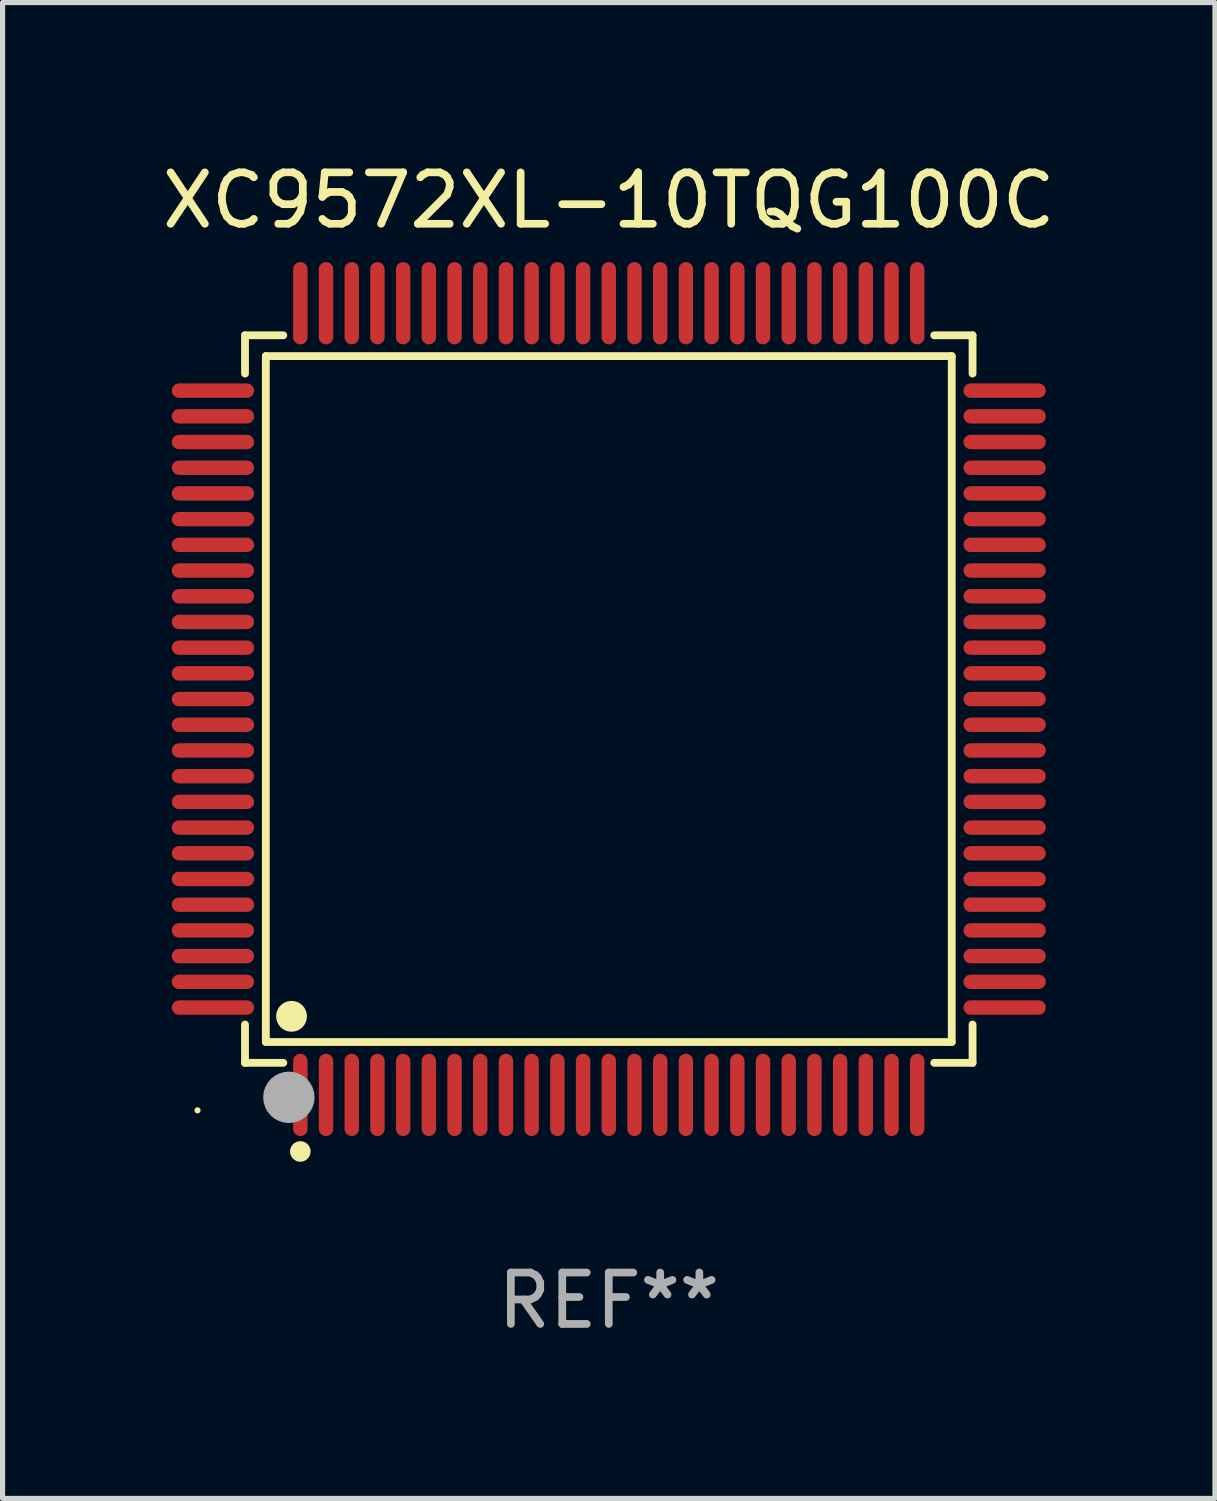
<source format=kicad_pcb>
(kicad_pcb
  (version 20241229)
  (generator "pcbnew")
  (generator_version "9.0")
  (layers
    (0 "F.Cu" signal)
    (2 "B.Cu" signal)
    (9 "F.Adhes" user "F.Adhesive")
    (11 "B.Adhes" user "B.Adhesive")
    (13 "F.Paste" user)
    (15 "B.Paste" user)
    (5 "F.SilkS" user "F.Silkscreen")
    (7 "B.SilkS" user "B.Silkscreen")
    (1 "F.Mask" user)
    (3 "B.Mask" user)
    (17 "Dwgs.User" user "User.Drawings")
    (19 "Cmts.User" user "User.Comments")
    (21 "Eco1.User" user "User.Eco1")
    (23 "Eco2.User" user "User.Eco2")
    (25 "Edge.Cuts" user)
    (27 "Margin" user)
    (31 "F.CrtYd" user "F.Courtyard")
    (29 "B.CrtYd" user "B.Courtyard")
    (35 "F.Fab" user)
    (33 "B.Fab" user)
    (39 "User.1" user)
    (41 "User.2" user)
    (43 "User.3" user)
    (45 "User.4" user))
  (footprint "XC9572XL-10TQG100C"
    (layer "F.Cu")
    (at 8.792 10.548)
    (property "Reference" "XC9572XL-10TQG100C" (at 0 -9.7 0) (layer "F.SilkS") (effects (font (size 1 1) (thickness 0.15))))
    (attr through_hole)
    (fp_line (start -7.076 -7.076) (end -6.331 -7.076) (stroke (width 0.152) (type solid)) (layer "F.SilkS"))
    (fp_line (start -7.076 -6.331) (end -7.076 -7.076) (stroke (width 0.152) (type solid)) (layer "F.SilkS"))
    (fp_line (start -7.076 6.331) (end -7.076 7.076) (stroke (width 0.152) (type solid)) (layer "F.SilkS"))
    (fp_line (start -7.076 7.076) (end -6.331 7.076) (stroke (width 0.152) (type solid)) (layer "F.SilkS"))
    (fp_line (start -6.671 -6.671) (end 6.671 -6.671) (stroke (width 0.152) (type solid)) (layer "F.SilkS"))
    (fp_line (start -6.671 6.671) (end -6.671 -6.671) (stroke (width 0.152) (type solid)) (layer "F.SilkS"))
    (fp_line (start 6.671 -6.671) (end 6.671 6.671) (stroke (width 0.152) (type solid)) (layer "F.SilkS"))
    (fp_line (start 6.671 6.671) (end -6.671 6.671) (stroke (width 0.152) (type solid)) (layer "F.SilkS"))
    (fp_line (start 7.076 -7.076) (end 6.331 -7.076) (stroke (width 0.152) (type solid)) (layer "F.SilkS"))
    (fp_line (start 7.076 -6.331) (end 7.076 -7.076) (stroke (width 0.152) (type solid)) (layer "F.SilkS"))
    (fp_line (start 7.076 6.331) (end 7.076 7.076) (stroke (width 0.152) (type solid)) (layer "F.SilkS"))
    (fp_line (start 7.076 7.076) (end 6.331 7.076) (stroke (width 0.152) (type solid)) (layer "F.SilkS"))
    (fp_circle (center -8 8) (end -7.97 8) (stroke (width 0.06) (type solid)) (fill no) (layer "F.SilkS"))
    (fp_circle (center -6.171 6.171) (end -6.021 6.171) (stroke (width 0.3) (type solid)) (fill no) (layer "F.SilkS"))
    (fp_circle (center -6 8.8) (end -5.9 8.8) (stroke (width 0.2) (type solid)) (fill no) (layer "F.SilkS"))
    (fp_circle (center -6.223 7.747) (end -5.973 7.747) (stroke (width 0.5) (type solid)) (fill no) (layer "F.Fab"))
    (fp_text user "REF**" (at 0 11.7 0) (layer "F.Fab") (effects (font (size 1 1) (thickness 0.15))))
    (pad "1" smd oval (at -6 7.7) (size 0.28 1.6) (layers "F.Cu" "F.Mask" "F.Paste"))
    (pad "2" smd oval (at -5.5 7.7) (size 0.28 1.6) (layers "F.Cu" "F.Mask" "F.Paste"))
    (pad "3" smd oval (at -5 7.7) (size 0.28 1.6) (layers "F.Cu" "F.Mask" "F.Paste"))
    (pad "4" smd oval (at -4.5 7.7) (size 0.28 1.6) (layers "F.Cu" "F.Mask" "F.Paste"))
    (pad "5" smd oval (at -4 7.7) (size 0.28 1.6) (layers "F.Cu" "F.Mask" "F.Paste"))
    (pad "6" smd oval (at -3.5 7.7) (size 0.28 1.6) (layers "F.Cu" "F.Mask" "F.Paste"))
    (pad "7" smd oval (at -3 7.7) (size 0.28 1.6) (layers "F.Cu" "F.Mask" "F.Paste"))
    (pad "8" smd oval (at -2.5 7.7) (size 0.28 1.6) (layers "F.Cu" "F.Mask" "F.Paste"))
    (pad "9" smd oval (at -2 7.7) (size 0.28 1.6) (layers "F.Cu" "F.Mask" "F.Paste"))
    (pad "10" smd oval (at -1.5 7.7) (size 0.28 1.6) (layers "F.Cu" "F.Mask" "F.Paste"))
    (pad "11" smd oval (at -1 7.7) (size 0.28 1.6) (layers "F.Cu" "F.Mask" "F.Paste"))
    (pad "12" smd oval (at -0.5 7.7) (size 0.28 1.6) (layers "F.Cu" "F.Mask" "F.Paste"))
    (pad "13" smd oval (at 0 7.7) (size 0.28 1.6) (layers "F.Cu" "F.Mask" "F.Paste"))
    (pad "14" smd oval (at 0.5 7.7) (size 0.28 1.6) (layers "F.Cu" "F.Mask" "F.Paste"))
    (pad "15" smd oval (at 1 7.7) (size 0.28 1.6) (layers "F.Cu" "F.Mask" "F.Paste"))
    (pad "16" smd oval (at 1.5 7.7) (size 0.28 1.6) (layers "F.Cu" "F.Mask" "F.Paste"))
    (pad "17" smd oval (at 2 7.7) (size 0.28 1.6) (layers "F.Cu" "F.Mask" "F.Paste"))
    (pad "18" smd oval (at 2.5 7.7) (size 0.28 1.6) (layers "F.Cu" "F.Mask" "F.Paste"))
    (pad "19" smd oval (at 3 7.7) (size 0.28 1.6) (layers "F.Cu" "F.Mask" "F.Paste"))
    (pad "20" smd oval (at 3.5 7.7) (size 0.28 1.6) (layers "F.Cu" "F.Mask" "F.Paste"))
    (pad "21" smd oval (at 4 7.7) (size 0.28 1.6) (layers "F.Cu" "F.Mask" "F.Paste"))
    (pad "22" smd oval (at 4.5 7.7) (size 0.28 1.6) (layers "F.Cu" "F.Mask" "F.Paste"))
    (pad "23" smd oval (at 5 7.7) (size 0.28 1.6) (layers "F.Cu" "F.Mask" "F.Paste"))
    (pad "24" smd oval (at 5.5 7.7) (size 0.28 1.6) (layers "F.Cu" "F.Mask" "F.Paste"))
    (pad "25" smd oval (at 6 7.7) (size 0.28 1.6) (layers "F.Cu" "F.Mask" "F.Paste"))
    (pad "26" smd oval (at 7.7 6) (size 1.6 0.28) (layers "F.Cu" "F.Mask" "F.Paste"))
    (pad "27" smd oval (at 7.7 5.5) (size 1.6 0.28) (layers "F.Cu" "F.Mask" "F.Paste"))
    (pad "28" smd oval (at 7.7 5) (size 1.6 0.28) (layers "F.Cu" "F.Mask" "F.Paste"))
    (pad "29" smd oval (at 7.7 4.5) (size 1.6 0.28) (layers "F.Cu" "F.Mask" "F.Paste"))
    (pad "30" smd oval (at 7.7 4) (size 1.6 0.28) (layers "F.Cu" "F.Mask" "F.Paste"))
    (pad "31" smd oval (at 7.7 3.5) (size 1.6 0.28) (layers "F.Cu" "F.Mask" "F.Paste"))
    (pad "32" smd oval (at 7.7 3) (size 1.6 0.28) (layers "F.Cu" "F.Mask" "F.Paste"))
    (pad "33" smd oval (at 7.7 2.5) (size 1.6 0.28) (layers "F.Cu" "F.Mask" "F.Paste"))
    (pad "34" smd oval (at 7.7 2) (size 1.6 0.28) (layers "F.Cu" "F.Mask" "F.Paste"))
    (pad "35" smd oval (at 7.7 1.5) (size 1.6 0.28) (layers "F.Cu" "F.Mask" "F.Paste"))
    (pad "36" smd oval (at 7.7 1) (size 1.6 0.28) (layers "F.Cu" "F.Mask" "F.Paste"))
    (pad "37" smd oval (at 7.7 0.5) (size 1.6 0.28) (layers "F.Cu" "F.Mask" "F.Paste"))
    (pad "38" smd oval (at 7.7 0) (size 1.6 0.28) (layers "F.Cu" "F.Mask" "F.Paste"))
    (pad "39" smd oval (at 7.7 -0.5) (size 1.6 0.28) (layers "F.Cu" "F.Mask" "F.Paste"))
    (pad "40" smd oval (at 7.7 -1) (size 1.6 0.28) (layers "F.Cu" "F.Mask" "F.Paste"))
    (pad "41" smd oval (at 7.7 -1.5) (size 1.6 0.28) (layers "F.Cu" "F.Mask" "F.Paste"))
    (pad "42" smd oval (at 7.7 -2) (size 1.6 0.28) (layers "F.Cu" "F.Mask" "F.Paste"))
    (pad "43" smd oval (at 7.7 -2.5) (size 1.6 0.28) (layers "F.Cu" "F.Mask" "F.Paste"))
    (pad "44" smd oval (at 7.7 -3) (size 1.6 0.28) (layers "F.Cu" "F.Mask" "F.Paste"))
    (pad "45" smd oval (at 7.7 -3.5) (size 1.6 0.28) (layers "F.Cu" "F.Mask" "F.Paste"))
    (pad "46" smd oval (at 7.7 -4) (size 1.6 0.28) (layers "F.Cu" "F.Mask" "F.Paste"))
    (pad "47" smd oval (at 7.7 -4.5) (size 1.6 0.28) (layers "F.Cu" "F.Mask" "F.Paste"))
    (pad "48" smd oval (at 7.7 -5) (size 1.6 0.28) (layers "F.Cu" "F.Mask" "F.Paste"))
    (pad "49" smd oval (at 7.7 -5.5) (size 1.6 0.28) (layers "F.Cu" "F.Mask" "F.Paste"))
    (pad "50" smd oval (at 7.7 -6) (size 1.6 0.28) (layers "F.Cu" "F.Mask" "F.Paste"))
    (pad "51" smd oval (at 6 -7.7) (size 0.28 1.6) (layers "F.Cu" "F.Mask" "F.Paste"))
    (pad "52" smd oval (at 5.5 -7.7) (size 0.28 1.6) (layers "F.Cu" "F.Mask" "F.Paste"))
    (pad "53" smd oval (at 5 -7.7) (size 0.28 1.6) (layers "F.Cu" "F.Mask" "F.Paste"))
    (pad "54" smd oval (at 4.5 -7.7) (size 0.28 1.6) (layers "F.Cu" "F.Mask" "F.Paste"))
    (pad "55" smd oval (at 4 -7.7) (size 0.28 1.6) (layers "F.Cu" "F.Mask" "F.Paste"))
    (pad "56" smd oval (at 3.5 -7.7) (size 0.28 1.6) (layers "F.Cu" "F.Mask" "F.Paste"))
    (pad "57" smd oval (at 3 -7.7) (size 0.28 1.6) (layers "F.Cu" "F.Mask" "F.Paste"))
    (pad "58" smd oval (at 2.5 -7.7) (size 0.28 1.6) (layers "F.Cu" "F.Mask" "F.Paste"))
    (pad "59" smd oval (at 2 -7.7) (size 0.28 1.6) (layers "F.Cu" "F.Mask" "F.Paste"))
    (pad "60" smd oval (at 1.5 -7.7) (size 0.28 1.6) (layers "F.Cu" "F.Mask" "F.Paste"))
    (pad "61" smd oval (at 1 -7.7) (size 0.28 1.6) (layers "F.Cu" "F.Mask" "F.Paste"))
    (pad "62" smd oval (at 0.5 -7.7) (size 0.28 1.6) (layers "F.Cu" "F.Mask" "F.Paste"))
    (pad "63" smd oval (at 0 -7.7) (size 0.28 1.6) (layers "F.Cu" "F.Mask" "F.Paste"))
    (pad "64" smd oval (at -0.5 -7.7) (size 0.28 1.6) (layers "F.Cu" "F.Mask" "F.Paste"))
    (pad "65" smd oval (at -1 -7.7) (size 0.28 1.6) (layers "F.Cu" "F.Mask" "F.Paste"))
    (pad "66" smd oval (at -1.5 -7.7) (size 0.28 1.6) (layers "F.Cu" "F.Mask" "F.Paste"))
    (pad "67" smd oval (at -2 -7.7) (size 0.28 1.6) (layers "F.Cu" "F.Mask" "F.Paste"))
    (pad "68" smd oval (at -2.5 -7.7) (size 0.28 1.6) (layers "F.Cu" "F.Mask" "F.Paste"))
    (pad "69" smd oval (at -3 -7.7) (size 0.28 1.6) (layers "F.Cu" "F.Mask" "F.Paste"))
    (pad "70" smd oval (at -3.5 -7.7) (size 0.28 1.6) (layers "F.Cu" "F.Mask" "F.Paste"))
    (pad "71" smd oval (at -4 -7.7) (size 0.28 1.6) (layers "F.Cu" "F.Mask" "F.Paste"))
    (pad "72" smd oval (at -4.5 -7.7) (size 0.28 1.6) (layers "F.Cu" "F.Mask" "F.Paste"))
    (pad "73" smd oval (at -5 -7.7) (size 0.28 1.6) (layers "F.Cu" "F.Mask" "F.Paste"))
    (pad "74" smd oval (at -5.5 -7.7) (size 0.28 1.6) (layers "F.Cu" "F.Mask" "F.Paste"))
    (pad "75" smd oval (at -6 -7.7) (size 0.28 1.6) (layers "F.Cu" "F.Mask" "F.Paste"))
    (pad "76" smd oval (at -7.7 -6) (size 1.6 0.28) (layers "F.Cu" "F.Mask" "F.Paste"))
    (pad "77" smd oval (at -7.7 -5.5) (size 1.6 0.28) (layers "F.Cu" "F.Mask" "F.Paste"))
    (pad "78" smd oval (at -7.7 -5) (size 1.6 0.28) (layers "F.Cu" "F.Mask" "F.Paste"))
    (pad "79" smd oval (at -7.7 -4.5) (size 1.6 0.28) (layers "F.Cu" "F.Mask" "F.Paste"))
    (pad "80" smd oval (at -7.7 -4) (size 1.6 0.28) (layers "F.Cu" "F.Mask" "F.Paste"))
    (pad "81" smd oval (at -7.7 -3.5) (size 1.6 0.28) (layers "F.Cu" "F.Mask" "F.Paste"))
    (pad "82" smd oval (at -7.7 -3) (size 1.6 0.28) (layers "F.Cu" "F.Mask" "F.Paste"))
    (pad "83" smd oval (at -7.7 -2.5) (size 1.6 0.28) (layers "F.Cu" "F.Mask" "F.Paste"))
    (pad "84" smd oval (at -7.7 -2) (size 1.6 0.28) (layers "F.Cu" "F.Mask" "F.Paste"))
    (pad "85" smd oval (at -7.7 -1.5) (size 1.6 0.28) (layers "F.Cu" "F.Mask" "F.Paste"))
    (pad "86" smd oval (at -7.7 -1) (size 1.6 0.28) (layers "F.Cu" "F.Mask" "F.Paste"))
    (pad "87" smd oval (at -7.7 -0.5) (size 1.6 0.28) (layers "F.Cu" "F.Mask" "F.Paste"))
    (pad "88" smd oval (at -7.7 0) (size 1.6 0.28) (layers "F.Cu" "F.Mask" "F.Paste"))
    (pad "89" smd oval (at -7.7 0.5) (size 1.6 0.28) (layers "F.Cu" "F.Mask" "F.Paste"))
    (pad "90" smd oval (at -7.7 1) (size 1.6 0.28) (layers "F.Cu" "F.Mask" "F.Paste"))
    (pad "91" smd oval (at -7.7 1.5) (size 1.6 0.28) (layers "F.Cu" "F.Mask" "F.Paste"))
    (pad "92" smd oval (at -7.7 2) (size 1.6 0.28) (layers "F.Cu" "F.Mask" "F.Paste"))
    (pad "93" smd oval (at -7.7 2.5) (size 1.6 0.28) (layers "F.Cu" "F.Mask" "F.Paste"))
    (pad "94" smd oval (at -7.7 3) (size 1.6 0.28) (layers "F.Cu" "F.Mask" "F.Paste"))
    (pad "95" smd oval (at -7.7 3.5) (size 1.6 0.28) (layers "F.Cu" "F.Mask" "F.Paste"))
    (pad "96" smd oval (at -7.7 4) (size 1.6 0.28) (layers "F.Cu" "F.Mask" "F.Paste"))
    (pad "97" smd oval (at -7.7 4.5) (size 1.6 0.28) (layers "F.Cu" "F.Mask" "F.Paste"))
    (pad "98" smd oval (at -7.7 5) (size 1.6 0.28) (layers "F.Cu" "F.Mask" "F.Paste"))
    (pad "99" smd oval (at -7.7 5.5) (size 1.6 0.28) (layers "F.Cu" "F.Mask" "F.Paste"))
    (pad "100" smd oval (at -7.7 6) (size 1.6 0.28) (layers "F.Cu" "F.Mask" "F.Paste")))
  (gr_rect
    (start -3 -3)
    (end 20.583 26.097)
    (stroke (width 0.1) (type default))
    (fill no)
    (layer "Edge.Cuts")))
</source>
